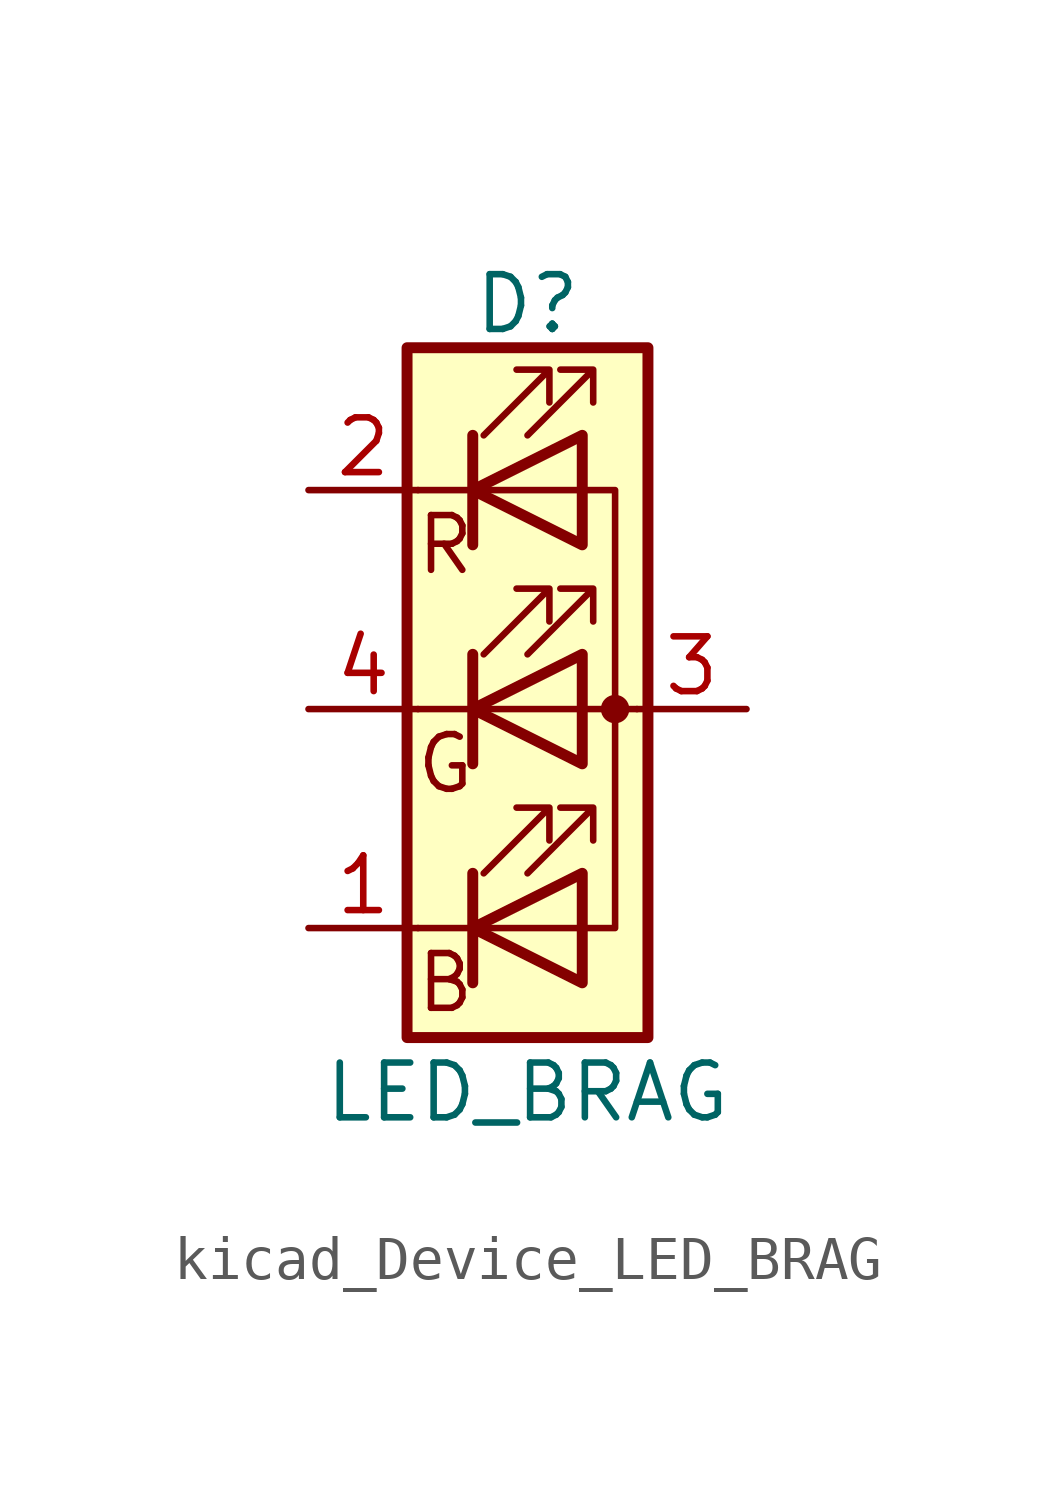
<source format=kicad_sym>
(kicad_symbol_lib
  (version 20220914)
  (generator kicad_symbol_editor)
  (symbol "kicad_Device_LED_BRAG"
    (pin_names
      (offset 0) hide)
    (property "Reference" "D"
      (at 0 9.398 0)
      (effects (font (size 1.27 1.27))))
    (property "Value" "LED_BRAG"
      (at 0 -8.89 0)
      (effects (font (size 1.27 1.27))))
    (symbol "kicad_Device_LED_BRAG_0_0"
      (text "B" (at -1.905 -6.35 0) (effects (font (size 1.27 1.27))))
      (text "G" (at -1.905 -1.27 0) (effects (font (size 1.27 1.27))))
      (text "R" (at -1.905 3.81 0) (effects (font (size 1.27 1.27)))))
    (symbol "kicad_Device_LED_BRAG_0_1"
      (polyline (pts (xy -1.27 -5.08) (xy -2.54 -5.08)) (stroke (width 0) (type default)) (fill (type none)))
      (polyline (pts (xy -1.27 -5.08) (xy 1.27 -5.08)) (stroke (width 0) (type default)) (fill (type none)))
      (polyline (pts (xy -1.27 -3.81) (xy -1.27 -6.35)) (stroke (width 0.254) (type default)) (fill (type none)))
      (polyline (pts (xy -1.27 0) (xy -2.54 0)) (stroke (width 0) (type default)) (fill (type none)))
      (polyline (pts (xy -1.27 1.27) (xy -1.27 -1.27)) (stroke (width 0.254) (type default)) (fill (type none)))
      (polyline (pts (xy -1.27 5.08) (xy -2.54 5.08)) (stroke (width 0) (type default)) (fill (type none)))
      (polyline (pts (xy -1.27 5.08) (xy 1.27 5.08)) (stroke (width 0) (type default)) (fill (type none)))
      (polyline (pts (xy -1.27 6.35) (xy -1.27 3.81)) (stroke (width 0.254) (type default)) (fill (type none)))
      (polyline (pts (xy 1.27 0) (xy -1.27 0)) (stroke (width 0) (type default)) (fill (type none)))
      (polyline (pts (xy 1.27 0) (xy 2.54 0)) (stroke (width 0) (type default)) (fill (type none)))
      (polyline (pts (xy -1.27 1.27) (xy -1.27 -1.27) (xy -1.27 -1.27)) (stroke (width 0) (type default)) (fill (type none)))
      (polyline (pts (xy -1.27 6.35) (xy -1.27 3.81) (xy -1.27 3.81)) (stroke (width 0) (type default)) (fill (type none)))
      (polyline (pts (xy 1.27 -5.08) (xy 2.032 -5.08) (xy 2.032 5.08) (xy 1.27 5.08)) (stroke (width 0) (type default)) (fill (type none)))
      (polyline (pts (xy 1.27 -3.81) (xy 1.27 -6.35) (xy -1.27 -5.08) (xy 1.27 -3.81)) (stroke (width 0.254) (type default)) (fill (type none)))
      (polyline (pts (xy 1.27 1.27) (xy 1.27 -1.27) (xy -1.27 0) (xy 1.27 1.27)) (stroke (width 0.254) (type default)) (fill (type none)))
      (polyline (pts (xy 1.27 6.35) (xy 1.27 3.81) (xy -1.27 5.08) (xy 1.27 6.35)) (stroke (width 0.254) (type default)) (fill (type none)))
      (polyline (pts (xy -1.016 -3.81) (xy 0.508 -2.286) (xy -0.254 -2.286) (xy 0.508 -2.286) (xy 0.508 -3.048)) (stroke (width 0) (type default)) (fill (type none)))
      (polyline (pts (xy -1.016 1.27) (xy 0.508 2.794) (xy -0.254 2.794) (xy 0.508 2.794) (xy 0.508 2.032)) (stroke (width 0) (type default)) (fill (type none)))
      (polyline (pts (xy -1.016 6.35) (xy 0.508 7.874) (xy -0.254 7.874) (xy 0.508 7.874) (xy 0.508 7.112)) (stroke (width 0) (type default)) (fill (type none)))
      (polyline (pts (xy 0 -3.81) (xy 1.524 -2.286) (xy 0.762 -2.286) (xy 1.524 -2.286) (xy 1.524 -3.048)) (stroke (width 0) (type default)) (fill (type none)))
      (polyline (pts (xy 0 1.27) (xy 1.524 2.794) (xy 0.762 2.794) (xy 1.524 2.794) (xy 1.524 2.032)) (stroke (width 0) (type default)) (fill (type none)))
      (polyline (pts (xy 0 6.35) (xy 1.524 7.874) (xy 0.762 7.874) (xy 1.524 7.874) (xy 1.524 7.112)) (stroke (width 0) (type default)) (fill (type none)))
      (rectangle (start 1.27 -1.27) (end 1.27 1.27) (stroke (width 0) (type default)) (fill (type none)))
      (rectangle (start 1.27 1.27) (end 1.27 1.27) (stroke (width 0) (type default)) (fill (type none)))
      (rectangle (start 1.27 3.81) (end 1.27 6.35) (stroke (width 0) (type default)) (fill (type none)))
      (rectangle (start 1.27 6.35) (end 1.27 6.35) (stroke (width 0) (type default)) (fill (type none)))
      (circle (center 2.032 0) (radius 0.254) (stroke (width 0) (type default)) (fill (type outline)))
      (rectangle (start 2.794 8.382) (end -2.794 -7.62) (stroke (width 0.254) (type default)) (fill (type background))))
    (symbol "kicad_Device_LED_BRAG_1_1"
      (pin passive line (at -5.08 -5.08 0) (length 2.54) (name "BK" (effects (font (size 1.27 1.27)))) (number "1" (effects (font (size 1.27 1.27)))))
      (pin passive line (at -5.08 5.08 0) (length 2.54) (name "RK" (effects (font (size 1.27 1.27)))) (number "2" (effects (font (size 1.27 1.27)))))
      (pin passive line (at 5.08 0 180) (length 2.54) (name "A" (effects (font (size 1.27 1.27)))) (number "3" (effects (font (size 1.27 1.27)))))
      (pin passive line (at -5.08 0 0) (length 2.54) (name "GK" (effects (font (size 1.27 1.27)))) (number "4" (effects (font (size 1.27 1.27))))))))
</source>
